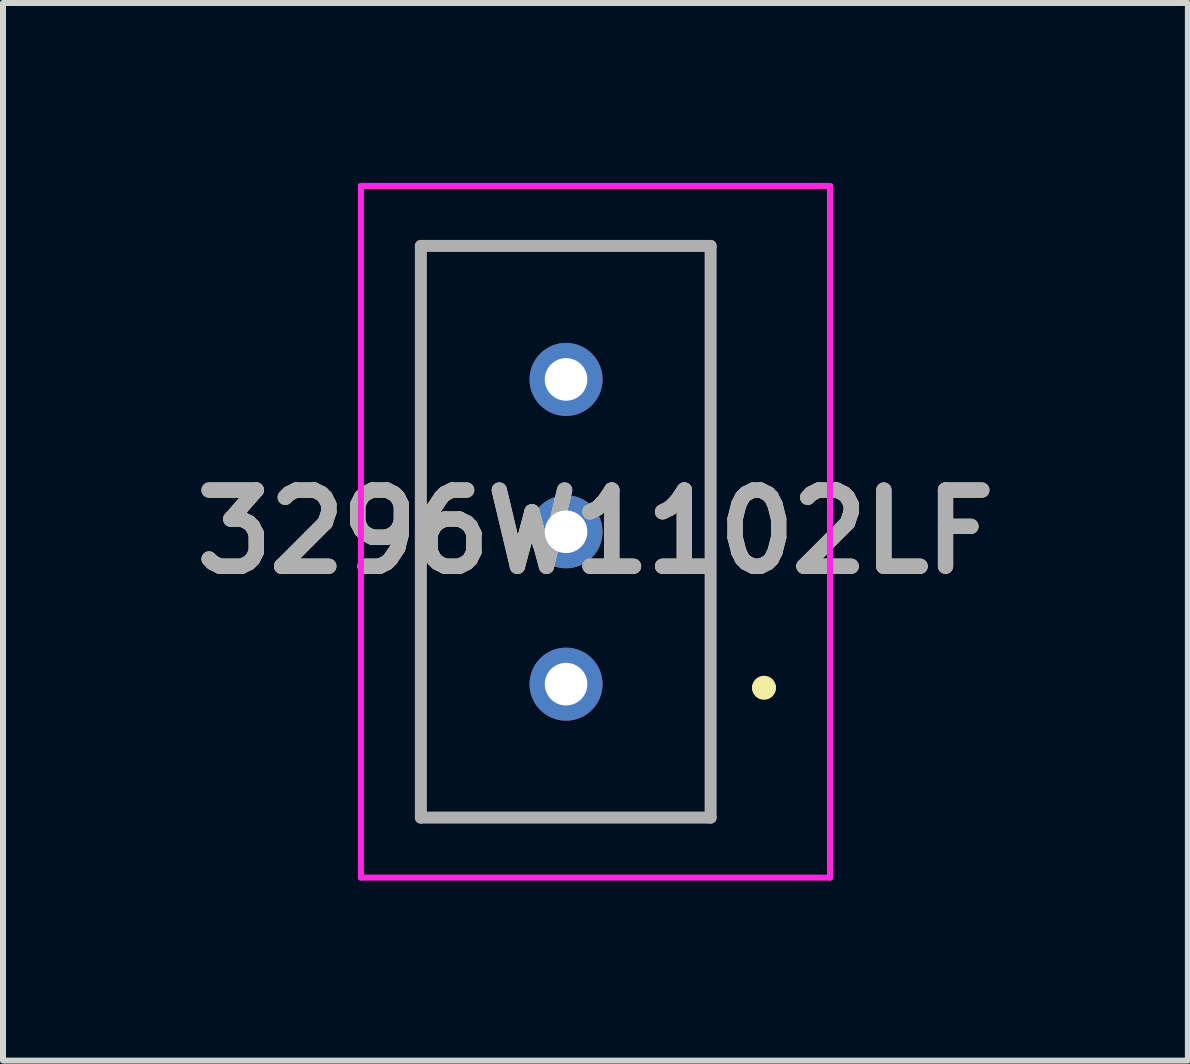
<source format=kicad_pcb>
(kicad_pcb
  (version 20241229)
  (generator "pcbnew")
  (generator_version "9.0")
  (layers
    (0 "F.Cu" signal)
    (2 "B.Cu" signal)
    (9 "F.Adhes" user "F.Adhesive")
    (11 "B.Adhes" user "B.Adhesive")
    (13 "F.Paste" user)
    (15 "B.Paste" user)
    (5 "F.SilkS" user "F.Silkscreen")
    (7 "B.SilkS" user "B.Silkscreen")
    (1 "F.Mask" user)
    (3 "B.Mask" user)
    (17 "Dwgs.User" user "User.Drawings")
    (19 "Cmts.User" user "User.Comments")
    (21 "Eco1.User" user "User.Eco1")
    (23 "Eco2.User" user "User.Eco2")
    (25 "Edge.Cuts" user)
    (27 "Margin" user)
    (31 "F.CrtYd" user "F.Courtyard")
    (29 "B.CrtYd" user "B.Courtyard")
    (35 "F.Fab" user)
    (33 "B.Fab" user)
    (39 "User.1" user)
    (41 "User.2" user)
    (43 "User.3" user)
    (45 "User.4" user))
  (footprint "3296W1102LF"
    (layer "F.Cu")
    (at 6.386 8.355)
    (property "Reference" "3296W1102LF" (at 0.49 -2.54 0) (layer "F.SilkS") (effects (font (size 1.27 1.27) (thickness 0.254))))
    (attr through_hole)
    (fp_line (start -2.42 -7.305) (end 2.41 -7.305) (stroke (width 0.1) (type solid)) (layer "F.SilkS"))
    (fp_line (start -2.42 2.225) (end -2.42 -7.305) (stroke (width 0.1) (type solid)) (layer "F.SilkS"))
    (fp_line (start 2.41 -7.305) (end 2.41 2.225) (stroke (width 0.1) (type solid)) (layer "F.SilkS"))
    (fp_line (start 2.41 2.225) (end -2.42 2.225) (stroke (width 0.1) (type solid)) (layer "F.SilkS"))
    (fp_line (start 3.2 0.06) (end 3.2 0.06) (stroke (width 0.2) (type solid)) (layer "F.SilkS"))
    (fp_line (start 3.4 0.06) (end 3.4 0.06) (stroke (width 0.2) (type solid)) (layer "F.SilkS"))
    (fp_arc (start 3.2 0.06) (mid 3.3 -0.04) (end 3.4 0.06) (stroke (width 0.2) (type solid)) (layer "F.SilkS"))
    (fp_arc (start 3.4 0.06) (mid 3.3 0.16) (end 3.2 0.06) (stroke (width 0.2) (type solid)) (layer "F.SilkS"))
    (fp_line (start -3.42 -8.305) (end 4.4 -8.305) (stroke (width 0.1) (type solid)) (layer "F.CrtYd"))
    (fp_line (start -3.42 3.225) (end -3.42 -8.305) (stroke (width 0.1) (type solid)) (layer "F.CrtYd"))
    (fp_line (start 4.4 -8.305) (end 4.4 3.225) (stroke (width 0.1) (type solid)) (layer "F.CrtYd"))
    (fp_line (start 4.4 3.225) (end -3.42 3.225) (stroke (width 0.1) (type solid)) (layer "F.CrtYd"))
    (fp_line (start -2.42 -7.305) (end 2.41 -7.305) (stroke (width 0.2) (type solid)) (layer "F.Fab"))
    (fp_line (start -2.42 2.225) (end -2.42 -7.305) (stroke (width 0.2) (type solid)) (layer "F.Fab"))
    (fp_line (start 2.41 -7.305) (end 2.41 2.225) (stroke (width 0.2) (type solid)) (layer "F.Fab"))
    (fp_line (start 2.41 2.225) (end -2.42 2.225) (stroke (width 0.2) (type solid)) (layer "F.Fab"))
    (fp_text user "${REFERENCE}" (at 0.49 -2.54 0) (layer "F.Fab") (effects (font (size 1.27 1.27) (thickness 0.254))))
    (pad "1" thru_hole circle (at 0 0) (size 1.217 1.217) (drill 0.71) (layers "*.Cu" "*.Mask"))
    (pad "2" thru_hole circle (at 0 -2.54) (size 1.217 1.217) (drill 0.71) (layers "*.Cu" "*.Mask"))
    (pad "3" thru_hole circle (at 0 -5.08) (size 1.217 1.217) (drill 0.71) (layers "*.Cu" "*.Mask")))
  (gr_rect
    (start -3 -3)
    (end 16.752 14.63)
    (stroke (width 0.1) (type default))
    (fill no)
    (layer "Edge.Cuts")))
</source>
